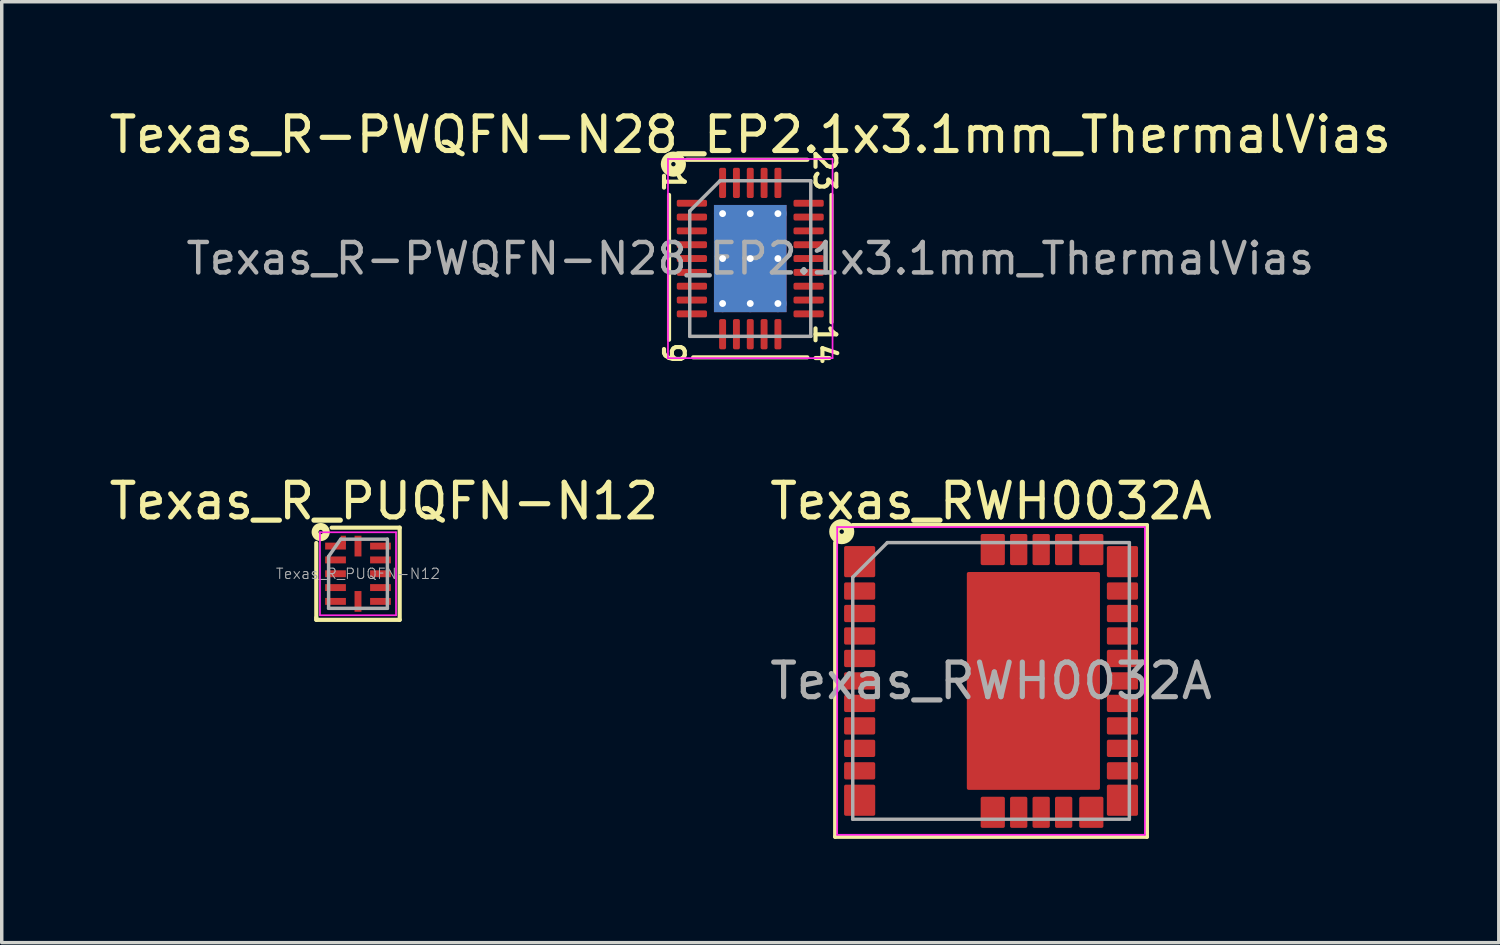
<source format=kicad_pcb>
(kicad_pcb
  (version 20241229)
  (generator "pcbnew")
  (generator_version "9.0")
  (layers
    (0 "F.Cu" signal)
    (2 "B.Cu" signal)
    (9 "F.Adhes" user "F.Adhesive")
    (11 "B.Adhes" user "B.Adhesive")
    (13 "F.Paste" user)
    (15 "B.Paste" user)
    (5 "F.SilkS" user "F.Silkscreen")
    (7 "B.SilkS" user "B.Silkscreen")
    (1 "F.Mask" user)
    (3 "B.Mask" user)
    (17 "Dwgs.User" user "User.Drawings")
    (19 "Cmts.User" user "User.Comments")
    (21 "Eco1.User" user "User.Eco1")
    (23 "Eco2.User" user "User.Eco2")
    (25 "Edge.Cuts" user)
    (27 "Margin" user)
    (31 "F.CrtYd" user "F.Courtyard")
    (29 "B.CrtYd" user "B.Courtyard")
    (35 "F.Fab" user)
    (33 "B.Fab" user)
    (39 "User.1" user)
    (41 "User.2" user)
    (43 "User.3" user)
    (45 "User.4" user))
  (footprint "Texas_R-PWQFN-N28_EP2.1x3.1mm_ThermalVias"
    (layer "F.Cu")
    (at 18.649 4.428)
    (property "Reference" "Texas_R-PWQFN-N28_EP2.1x3.1mm_ThermalVias" (at 0 -3.58 0) (layer "F.SilkS") (effects (font (size 1 1) (thickness 0.15))))
    (attr smd)
    (fp_line (start -2.349 -1.841) (end -2.349 2.349) (stroke (width 0.12) (type solid)) (layer "F.SilkS"))
    (fp_line (start -1.651 2.857) (end 1.651 2.857) (stroke (width 0.12) (type solid)) (layer "F.SilkS"))
    (fp_line (start 1.651 -2.857) (end -1.841 -2.857) (stroke (width 0.12) (type solid)) (layer "F.SilkS"))
    (fp_line (start 2.349 1.841) (end 2.349 -1.841) (stroke (width 0.12) (type solid)) (layer "F.SilkS"))
    (fp_circle (center -2.223 -2.731) (end -2.159 -2.731) (stroke (width 0.3) (type solid)) (fill no) (layer "F.SilkS"))
    (fp_line (start -2.38 -2.88) (end -2.38 2.88) (stroke (width 0.05) (type solid)) (layer "F.CrtYd"))
    (fp_line (start -2.38 2.88) (end 2.38 2.88) (stroke (width 0.05) (type solid)) (layer "F.CrtYd"))
    (fp_line (start 2.38 -2.88) (end -2.38 -2.88) (stroke (width 0.05) (type solid)) (layer "F.CrtYd"))
    (fp_line (start 2.38 2.88) (end 2.38 -2.88) (stroke (width 0.05) (type solid)) (layer "F.CrtYd"))
    (fp_line (start -1.75 -1.375) (end -0.875 -2.25) (stroke (width 0.1) (type solid)) (layer "F.Fab"))
    (fp_line (start -1.75 2.25) (end -1.75 -1.375) (stroke (width 0.1) (type solid)) (layer "F.Fab"))
    (fp_line (start -0.875 -2.25) (end 1.75 -2.25) (stroke (width 0.1) (type solid)) (layer "F.Fab"))
    (fp_line (start 1.75 -2.25) (end 1.75 2.25) (stroke (width 0.1) (type solid)) (layer "F.Fab"))
    (fp_line (start 1.75 2.25) (end -1.75 2.25) (stroke (width 0.1) (type solid)) (layer "F.Fab"))
    (fp_text user "23" (at 2.159 -2.54 270) (unlocked yes) (layer "F.SilkS") (effects (font (size 0.6 0.6) (thickness 0.12))))
    (fp_text user "9" (at -2.223 2.731 270) (unlocked yes) (layer "F.SilkS") (effects (font (size 0.6 0.6) (thickness 0.12))))
    (fp_text user "1" (at -2.223 -2.223 270) (unlocked yes) (layer "F.SilkS") (effects (font (size 0.6 0.6) (thickness 0.12))))
    (fp_text user "14" (at 2.159 2.477 270) (unlocked yes) (layer "F.SilkS") (effects (font (size 0.6 0.6) (thickness 0.12))))
    (fp_text user "${REFERENCE}" (at 0 0 0) (layer "F.Fab") (effects (font (size 0.88 0.88) (thickness 0.13))))
    (pad "" smd roundrect (at -0.525 -0.775) (size 0.88 1.3) (layers "F.Paste") (roundrect_rratio 0.25))
    (pad "" smd roundrect (at -0.525 0.775) (size 0.88 1.3) (layers "F.Paste") (roundrect_rratio 0.25))
    (pad "" smd roundrect (at 0.525 -0.775) (size 0.88 1.3) (layers "F.Paste") (roundrect_rratio 0.25))
    (pad "" smd roundrect (at 0.525 0.775) (size 0.88 1.3) (layers "F.Paste") (roundrect_rratio 0.25))
    (pad "1" smd roundrect (at -1.688 -1.6) (size 0.875 0.2) (layers "F.Cu" "F.Mask" "F.Paste") (roundrect_rratio 0.25))
    (pad "2" smd roundrect (at -1.688 -1.2) (size 0.875 0.2) (layers "F.Cu" "F.Mask" "F.Paste") (roundrect_rratio 0.25))
    (pad "3" smd roundrect (at -1.688 -0.8) (size 0.875 0.2) (layers "F.Cu" "F.Mask" "F.Paste") (roundrect_rratio 0.25))
    (pad "4" smd roundrect (at -1.688 -0.4) (size 0.875 0.2) (layers "F.Cu" "F.Mask" "F.Paste") (roundrect_rratio 0.25))
    (pad "5" smd roundrect (at -1.688 0) (size 0.875 0.2) (layers "F.Cu" "F.Mask" "F.Paste") (roundrect_rratio 0.25))
    (pad "6" smd roundrect (at -1.688 0.4) (size 0.875 0.2) (layers "F.Cu" "F.Mask" "F.Paste") (roundrect_rratio 0.25))
    (pad "7" smd roundrect (at -1.688 0.8) (size 0.875 0.2) (layers "F.Cu" "F.Mask" "F.Paste") (roundrect_rratio 0.25))
    (pad "8" smd roundrect (at -1.688 1.2) (size 0.875 0.2) (layers "F.Cu" "F.Mask" "F.Paste") (roundrect_rratio 0.25))
    (pad "9" smd roundrect (at -1.688 1.6) (size 0.875 0.2) (layers "F.Cu" "F.Mask" "F.Paste") (roundrect_rratio 0.25))
    (pad "10" smd roundrect (at -0.8 2.188) (size 0.2 0.875) (layers "F.Cu" "F.Mask" "F.Paste") (roundrect_rratio 0.25))
    (pad "11" smd roundrect (at -0.4 2.188) (size 0.2 0.875) (layers "F.Cu" "F.Mask" "F.Paste") (roundrect_rratio 0.25))
    (pad "12" smd roundrect (at 0 2.188) (size 0.2 0.875) (layers "F.Cu" "F.Mask" "F.Paste") (roundrect_rratio 0.25))
    (pad "13" smd roundrect (at 0.4 2.188) (size 0.2 0.875) (layers "F.Cu" "F.Mask" "F.Paste") (roundrect_rratio 0.25))
    (pad "14" smd roundrect (at 0.8 2.188) (size 0.2 0.875) (layers "F.Cu" "F.Mask" "F.Paste") (roundrect_rratio 0.25))
    (pad "15" smd roundrect (at 1.688 1.6) (size 0.875 0.2) (layers "F.Cu" "F.Mask" "F.Paste") (roundrect_rratio 0.25))
    (pad "16" smd roundrect (at 1.688 1.2) (size 0.875 0.2) (layers "F.Cu" "F.Mask" "F.Paste") (roundrect_rratio 0.25))
    (pad "17" smd roundrect (at 1.688 0.8) (size 0.875 0.2) (layers "F.Cu" "F.Mask" "F.Paste") (roundrect_rratio 0.25))
    (pad "18" smd roundrect (at 1.688 0.4) (size 0.875 0.2) (layers "F.Cu" "F.Mask" "F.Paste") (roundrect_rratio 0.25))
    (pad "19" smd roundrect (at 1.688 0) (size 0.875 0.2) (layers "F.Cu" "F.Mask" "F.Paste") (roundrect_rratio 0.25))
    (pad "20" smd roundrect (at 1.688 -0.4) (size 0.875 0.2) (layers "F.Cu" "F.Mask" "F.Paste") (roundrect_rratio 0.25))
    (pad "21" smd roundrect (at 1.688 -0.8) (size 0.875 0.2) (layers "F.Cu" "F.Mask" "F.Paste") (roundrect_rratio 0.25))
    (pad "22" smd roundrect (at 1.688 -1.2) (size 0.875 0.2) (layers "F.Cu" "F.Mask" "F.Paste") (roundrect_rratio 0.25))
    (pad "23" smd roundrect (at 1.688 -1.6) (size 0.875 0.2) (layers "F.Cu" "F.Mask" "F.Paste") (roundrect_rratio 0.25))
    (pad "24" smd roundrect (at 0.8 -2.188) (size 0.2 0.875) (layers "F.Cu" "F.Mask" "F.Paste") (roundrect_rratio 0.25))
    (pad "25" smd roundrect (at 0.4 -2.188) (size 0.2 0.875) (layers "F.Cu" "F.Mask" "F.Paste") (roundrect_rratio 0.25))
    (pad "26" smd roundrect (at 0 -2.188) (size 0.2 0.875) (layers "F.Cu" "F.Mask" "F.Paste") (roundrect_rratio 0.25))
    (pad "27" smd roundrect (at -0.4 -2.188) (size 0.2 0.875) (layers "F.Cu" "F.Mask" "F.Paste") (roundrect_rratio 0.25))
    (pad "28" smd roundrect (at -0.8 -2.188) (size 0.2 0.875) (layers "F.Cu" "F.Mask" "F.Paste") (roundrect_rratio 0.25))
    (pad "29" thru_hole circle (at -0.8 -1.3) (size 0.5 0.5) (drill 0.2) (layers "*.Cu"))
    (pad "29" thru_hole circle (at -0.8 0) (size 0.5 0.5) (drill 0.2) (layers "*.Cu"))
    (pad "29" thru_hole circle (at -0.8 1.3) (size 0.5 0.5) (drill 0.2) (layers "*.Cu"))
    (pad "29" thru_hole circle (at 0 -1.3) (size 0.5 0.5) (drill 0.2) (layers "*.Cu"))
    (pad "29" thru_hole circle (at 0 0) (size 0.5 0.5) (drill 0.2) (layers "*.Cu"))
    (pad "29" smd rect (at 0 0) (size 2.1 3.1) (layers "F.Cu" "F.Mask"))
    (pad "29" smd rect (at 0 0) (size 2.1 3.1) (layers "B.Cu" "B.Mask"))
    (pad "29" thru_hole circle (at 0 1.3) (size 0.5 0.5) (drill 0.2) (layers "*.Cu"))
    (pad "29" thru_hole circle (at 0.8 -1.3) (size 0.5 0.5) (drill 0.2) (layers "*.Cu"))
    (pad "29" thru_hole circle (at 0.8 0) (size 0.5 0.5) (drill 0.2) (layers "*.Cu"))
    (pad "29" thru_hole circle (at 0.8 1.3) (size 0.5 0.5) (drill 0.2) (layers "*.Cu")))
  (footprint "Texas_RWH0032A"
    (layer "F.Cu")
    (at 25.613 16.644)
    (property "Reference" "Texas_RWH0032A" (at 0 -5.2 0) (layer "F.SilkS") (effects (font (size 1 1) (thickness 0.15))))
    (attr smd)
    (fp_line (start -4.508 -4) (end -4.508 4.508) (stroke (width 0.12) (type solid)) (layer "F.SilkS"))
    (fp_line (start -4.508 4.508) (end 4.508 4.508) (stroke (width 0.12) (type solid)) (layer "F.SilkS"))
    (fp_line (start 4.508 -4.508) (end -4 -4.508) (stroke (width 0.12) (type solid)) (layer "F.SilkS"))
    (fp_line (start 4.508 4.508) (end 4.508 -4.508) (stroke (width 0.12) (type solid)) (layer "F.SilkS"))
    (fp_circle (center -4.318 -4.318) (end -4.255 -4.318) (stroke (width 0.3) (type solid)) (fill no) (layer "F.SilkS"))
    (fp_line (start -4.45 -4.45) (end 4.45 -4.45) (stroke (width 0.05) (type solid)) (layer "F.CrtYd"))
    (fp_line (start -4.45 4.45) (end -4.45 -4.45) (stroke (width 0.05) (type solid)) (layer "F.CrtYd"))
    (fp_line (start 4.45 -4.45) (end 4.45 4.45) (stroke (width 0.05) (type solid)) (layer "F.CrtYd"))
    (fp_line (start 4.45 4.45) (end -4.45 4.45) (stroke (width 0.05) (type solid)) (layer "F.CrtYd"))
    (fp_line (start -4 4) (end -4 -3) (stroke (width 0.1) (type solid)) (layer "F.Fab"))
    (fp_line (start -3 -4) (end -4 -3) (stroke (width 0.1) (type solid)) (layer "F.Fab"))
    (fp_line (start -3 -4) (end 4 -4) (stroke (width 0.1) (type solid)) (layer "F.Fab"))
    (fp_line (start 4 -4) (end 4 4) (stroke (width 0.1) (type solid)) (layer "F.Fab"))
    (fp_line (start 4 4) (end -4 4) (stroke (width 0.1) (type solid)) (layer "F.Fab"))
    (fp_text user "${REFERENCE}" (at 0 0 0) (layer "F.Fab") (effects (font (size 1 1) (thickness 0.15))))
    (pad "" smd roundrect (at -3.8 -2.6) (size 0.76 0.4) (layers "F.Paste") (roundrect_rratio 0.125))
    (pad "" smd roundrect (at -3.8 -1.95) (size 0.76 0.4) (layers "F.Paste") (roundrect_rratio 0.125))
    (pad "" smd roundrect (at -3.8 -1.3) (size 0.76 0.4) (layers "F.Paste") (roundrect_rratio 0.125))
    (pad "" smd roundrect (at -3.8 -0.65) (size 0.76 0.4) (layers "F.Paste") (roundrect_rratio 0.125))
    (pad "" smd roundrect (at -3.8 0) (size 0.76 0.4) (layers "F.Paste") (roundrect_rratio 0.125))
    (pad "" smd roundrect (at -3.8 0.65) (size 0.76 0.4) (layers "F.Paste") (roundrect_rratio 0.125))
    (pad "" smd roundrect (at -3.8 1.3) (size 0.76 0.4) (layers "F.Paste") (roundrect_rratio 0.125))
    (pad "" smd roundrect (at -3.8 1.95) (size 0.76 0.4) (layers "F.Paste") (roundrect_rratio 0.125))
    (pad "" smd roundrect (at -3.8 2.6) (size 0.76 0.4) (layers "F.Paste") (roundrect_rratio 0.125))
    (pad "" smd roundrect (at 0.05 -3.8) (size 0.6 0.76) (layers "F.Paste") (roundrect_rratio 0.084))
    (pad "" smd roundrect (at 0.05 3.8) (size 0.6 0.76) (layers "F.Paste") (roundrect_rratio 0.084))
    (pad "" smd roundrect (at 0.325 -2.38) (size 1.6 0.99) (layers "F.Paste") (roundrect_rratio 0.051))
    (pad "" smd roundrect (at 0.325 -1.19) (size 1.6 0.99) (layers "F.Paste") (roundrect_rratio 0.051))
    (pad "" smd roundrect (at 0.325 0) (size 1.6 0.99) (layers "F.Paste") (roundrect_rratio 0.051))
    (pad "" smd roundrect (at 0.325 1.19) (size 1.6 0.99) (layers "F.Paste") (roundrect_rratio 0.051))
    (pad "" smd roundrect (at 0.325 2.38) (size 1.6 0.99) (layers "F.Paste") (roundrect_rratio 0.051))
    (pad "" smd roundrect (at 0.8 -3.8) (size 0.4 0.76) (layers "F.Paste") (roundrect_rratio 0.125))
    (pad "" smd roundrect (at 0.8 3.8) (size 0.4 0.76) (layers "F.Paste") (roundrect_rratio 0.125))
    (pad "" smd roundrect (at 1.45 -3.8) (size 0.4 0.76) (layers "F.Paste") (roundrect_rratio 0.125))
    (pad "" smd roundrect (at 1.45 3.8) (size 0.4 0.76) (layers "F.Paste") (roundrect_rratio 0.125))
    (pad "" smd roundrect (at 2.1 -3.8) (size 0.4 0.76) (layers "F.Paste") (roundrect_rratio 0.125))
    (pad "" smd roundrect (at 2.1 3.8) (size 0.4 0.76) (layers "F.Paste") (roundrect_rratio 0.125))
    (pad "" smd roundrect (at 2.125 -2.38) (size 1.6 0.99) (layers "F.Paste") (roundrect_rratio 0.051))
    (pad "" smd roundrect (at 2.125 -1.19) (size 1.6 0.99) (layers "F.Paste") (roundrect_rratio 0.051))
    (pad "" smd roundrect (at 2.125 0) (size 1.6 0.99) (layers "F.Paste") (roundrect_rratio 0.051))
    (pad "" smd roundrect (at 2.125 1.19) (size 1.6 0.99) (layers "F.Paste") (roundrect_rratio 0.051))
    (pad "" smd roundrect (at 2.125 2.38) (size 1.6 0.99) (layers "F.Paste") (roundrect_rratio 0.051))
    (pad "" smd roundrect (at 2.9 -3.8) (size 0.6 0.76) (layers "F.Paste") (roundrect_rratio 0.084))
    (pad "" smd roundrect (at 2.9 3.8) (size 0.6 0.76) (layers "F.Paste") (roundrect_rratio 0.084))
    (pad "" smd roundrect (at 3.8 -2.6) (size 0.76 0.4) (layers "F.Paste") (roundrect_rratio 0.125))
    (pad "" smd roundrect (at 3.8 -1.95) (size 0.76 0.4) (layers "F.Paste") (roundrect_rratio 0.125))
    (pad "" smd roundrect (at 3.8 -1.3) (size 0.76 0.4) (layers "F.Paste") (roundrect_rratio 0.125))
    (pad "" smd roundrect (at 3.8 -0.65) (size 0.76 0.4) (layers "F.Paste") (roundrect_rratio 0.125))
    (pad "" smd roundrect (at 3.8 0) (size 0.76 0.4) (layers "F.Paste") (roundrect_rratio 0.125))
    (pad "" smd roundrect (at 3.8 0.65) (size 0.76 0.4) (layers "F.Paste") (roundrect_rratio 0.125))
    (pad "" smd roundrect (at 3.8 1.3) (size 0.76 0.4) (layers "F.Paste") (roundrect_rratio 0.125))
    (pad "" smd roundrect (at 3.8 1.95) (size 0.76 0.4) (layers "F.Paste") (roundrect_rratio 0.125))
    (pad "" smd roundrect (at 3.8 2.6) (size 0.76 0.4) (layers "F.Paste") (roundrect_rratio 0.125))
    (pad "1" smd roundrect (at -3.8 -3.45) (size 0.9 0.9) (layers "F.Cu" "F.Mask" "F.Paste") (roundrect_rratio 0.055))
    (pad "2" smd roundrect (at -3.8 -2.6) (size 0.9 0.5) (layers "F.Cu" "F.Mask") (roundrect_rratio 0.1))
    (pad "3" smd roundrect (at -3.8 -1.95) (size 0.9 0.5) (layers "F.Cu" "F.Mask") (roundrect_rratio 0.1))
    (pad "4" smd roundrect (at -3.8 -1.3) (size 0.9 0.5) (layers "F.Cu" "F.Mask") (roundrect_rratio 0.1))
    (pad "5" smd roundrect (at -3.8 -0.65) (size 0.9 0.5) (layers "F.Cu" "F.Mask") (roundrect_rratio 0.1))
    (pad "6" smd roundrect (at -3.8 0) (size 0.9 0.5) (layers "F.Cu" "F.Mask") (roundrect_rratio 0.1))
    (pad "7" smd roundrect (at -3.8 0.65) (size 0.9 0.5) (layers "F.Cu" "F.Mask") (roundrect_rratio 0.1))
    (pad "8" smd roundrect (at -3.8 1.3) (size 0.9 0.5) (layers "F.Cu" "F.Mask") (roundrect_rratio 0.1))
    (pad "9" smd roundrect (at -3.8 1.95) (size 0.9 0.5) (layers "F.Cu" "F.Mask") (roundrect_rratio 0.1))
    (pad "10" smd roundrect (at -3.8 2.6) (size 0.9 0.5) (layers "F.Cu" "F.Mask") (roundrect_rratio 0.1))
    (pad "11" smd roundrect (at -3.8 3.45) (size 0.9 0.9) (layers "F.Cu" "F.Mask" "F.Paste") (roundrect_rratio 0.055))
    (pad "12" smd roundrect (at 0.05 3.8) (size 0.7 0.9) (layers "F.Cu" "F.Mask") (roundrect_rratio 0.072))
    (pad "13" smd roundrect (at 0.8 3.8) (size 0.5 0.9) (layers "F.Cu" "F.Mask") (roundrect_rratio 0.1))
    (pad "14" smd roundrect (at 1.45 3.8) (size 0.5 0.9) (layers "F.Cu" "F.Mask") (roundrect_rratio 0.1))
    (pad "15" smd roundrect (at 2.1 3.8) (size 0.5 0.9) (layers "F.Cu" "F.Mask") (roundrect_rratio 0.1))
    (pad "16" smd roundrect (at 2.9 3.8) (size 0.7 0.9) (layers "F.Cu" "F.Mask") (roundrect_rratio 0.072))
    (pad "17" smd roundrect (at 3.8 3.45) (size 0.9 0.9) (layers "F.Cu" "F.Mask" "F.Paste") (roundrect_rratio 0.055))
    (pad "18" smd roundrect (at 3.8 2.6) (size 0.9 0.5) (layers "F.Cu" "F.Mask") (roundrect_rratio 0.1))
    (pad "19" smd roundrect (at 3.8 1.95) (size 0.9 0.5) (layers "F.Cu" "F.Mask") (roundrect_rratio 0.1))
    (pad "20" smd roundrect (at 3.8 1.3) (size 0.9 0.5) (layers "F.Cu" "F.Mask") (roundrect_rratio 0.1))
    (pad "21" smd roundrect (at 3.8 0.65) (size 0.9 0.5) (layers "F.Cu" "F.Mask") (roundrect_rratio 0.1))
    (pad "22" smd roundrect (at 3.8 0) (size 0.9 0.5) (layers "F.Cu" "F.Mask") (roundrect_rratio 0.1))
    (pad "23" smd roundrect (at 3.8 -0.65) (size 0.9 0.5) (layers "F.Cu" "F.Mask") (roundrect_rratio 0.1))
    (pad "24" smd roundrect (at 3.8 -1.3) (size 0.9 0.5) (layers "F.Cu" "F.Mask") (roundrect_rratio 0.1))
    (pad "25" smd roundrect (at 3.8 -1.95) (size 0.9 0.5) (layers "F.Cu" "F.Mask") (roundrect_rratio 0.1))
    (pad "26" smd roundrect (at 3.8 -2.6) (size 0.9 0.5) (layers "F.Cu" "F.Mask") (roundrect_rratio 0.1))
    (pad "27" smd roundrect (at 3.8 -3.45) (size 0.9 0.9) (layers "F.Cu" "F.Mask" "F.Paste") (roundrect_rratio 0.055))
    (pad "28" smd roundrect (at 2.9 -3.8) (size 0.7 0.9) (layers "F.Cu" "F.Mask") (roundrect_rratio 0.072))
    (pad "29" smd roundrect (at 2.1 -3.8) (size 0.5 0.9) (layers "F.Cu" "F.Mask") (roundrect_rratio 0.1))
    (pad "30" smd roundrect (at 1.45 -3.8) (size 0.5 0.9) (layers "F.Cu" "F.Mask") (roundrect_rratio 0.1))
    (pad "31" smd roundrect (at 0.8 -3.8) (size 0.5 0.9) (layers "F.Cu" "F.Mask") (roundrect_rratio 0.1))
    (pad "32" smd roundrect (at 0.05 -3.8) (size 0.7 0.9) (layers "F.Cu" "F.Mask") (roundrect_rratio 0.072))
    (pad "33" smd roundrect (at 1.225 0) (size 3.85 6.3) (layers "F.Cu" "F.Mask") (roundrect_rratio 0.013)))
  (footprint "Texas_R_PUQFN-N12"
    (layer "F.Cu")
    (at 7.304 13.544)
    (property "Reference" "Texas_R_PUQFN-N12" (at 0.75 -2.1 0) (layer "F.SilkS") (effects (font (size 1 1) (thickness 0.15))))
    (attr smd)
    (fp_line (start -1.206 -0.889) (end -1.206 1.27) (stroke (width 0.12) (type solid)) (layer "F.SilkS"))
    (fp_line (start -1.206 1.27) (end -1.206 1.333) (stroke (width 0.12) (type solid)) (layer "F.SilkS"))
    (fp_line (start -1.206 1.333) (end 1.206 1.333) (stroke (width 0.12) (type solid)) (layer "F.SilkS"))
    (fp_line (start 1.206 -1.333) (end -0.762 -1.333) (stroke (width 0.12) (type solid)) (layer "F.SilkS"))
    (fp_line (start 1.206 1.333) (end 1.206 -1.333) (stroke (width 0.12) (type solid)) (layer "F.SilkS"))
    (fp_circle (center -1.079 -1.206) (end -1.016 -1.206) (stroke (width 0.2) (type solid)) (fill no) (layer "F.SilkS"))
    (fp_line (start -1.1 -1.2) (end 1.1 -1.2) (stroke (width 0.05) (type solid)) (layer "F.CrtYd"))
    (fp_line (start -1.1 1.2) (end -1.1 -1.2) (stroke (width 0.05) (type solid)) (layer "F.CrtYd"))
    (fp_line (start 1.1 -1.2) (end 1.1 1.2) (stroke (width 0.05) (type solid)) (layer "F.CrtYd"))
    (fp_line (start 1.1 1.2) (end -1.1 1.2) (stroke (width 0.05) (type solid)) (layer "F.CrtYd"))
    (fp_line (start -0.85 1) (end -0.85 -0.5) (stroke (width 0.1) (type solid)) (layer "F.Fab"))
    (fp_line (start -0.5 -1) (end -0.85 -0.5) (stroke (width 0.1) (type solid)) (layer "F.Fab"))
    (fp_line (start -0.5 -1) (end 0.85 -1) (stroke (width 0.1) (type solid)) (layer "F.Fab"))
    (fp_line (start 0.85 -1) (end 0.85 1) (stroke (width 0.1) (type solid)) (layer "F.Fab"))
    (fp_line (start 0.85 1) (end -0.85 1) (stroke (width 0.1) (type solid)) (layer "F.Fab"))
    (fp_text user "${REFERENCE}" (at 0 0 0) (layer "F.Fab") (effects (font (size 0.3 0.3) (thickness 0.03))))
    (pad "1" smd rect (at -0.65 -0.8 270) (size 0.2 0.6) (layers "F.Cu" "F.Mask" "F.Paste"))
    (pad "1" smd rect (at -0.425 -0.975) (size 0.15 0.25) (layers "F.Cu" "F.Mask" "F.Paste"))
    (pad "2" smd rect (at -0.65 -0.4 270) (size 0.2 0.6) (layers "F.Cu" "F.Mask" "F.Paste"))
    (pad "3" smd rect (at -0.65 0 270) (size 0.2 0.6) (layers "F.Cu" "F.Mask" "F.Paste"))
    (pad "4" smd rect (at -0.65 0.4 270) (size 0.2 0.6) (layers "F.Cu" "F.Mask" "F.Paste"))
    (pad "5" smd rect (at -0.65 0.8 270) (size 0.2 0.6) (layers "F.Cu" "F.Mask" "F.Paste"))
    (pad "6" smd rect (at 0 0.8 270) (size 0.6 0.2) (layers "F.Cu" "F.Mask" "F.Paste"))
    (pad "7" smd rect (at 0.65 0.8 270) (size 0.2 0.6) (layers "F.Cu" "F.Mask" "F.Paste"))
    (pad "8" smd rect (at 0.65 0.4 270) (size 0.2 0.6) (layers "F.Cu" "F.Mask" "F.Paste"))
    (pad "9" smd rect (at 0.65 0 270) (size 0.2 0.6) (layers "F.Cu" "F.Mask" "F.Paste"))
    (pad "10" smd rect (at 0.65 -0.4 270) (size 0.2 0.6) (layers "F.Cu" "F.Mask" "F.Paste"))
    (pad "11" smd rect (at 0.65 -0.8 270) (size 0.2 0.6) (layers "F.Cu" "F.Mask" "F.Paste"))
    (pad "12" smd rect (at 0 -0.8 270) (size 0.6 0.2) (layers "F.Cu" "F.Mask" "F.Paste")))
  (gr_rect
    (start -3 -3)
    (end 40.298 24.213)
    (stroke (width 0.1) (type default))
    (fill no)
    (layer "Edge.Cuts")))
</source>
